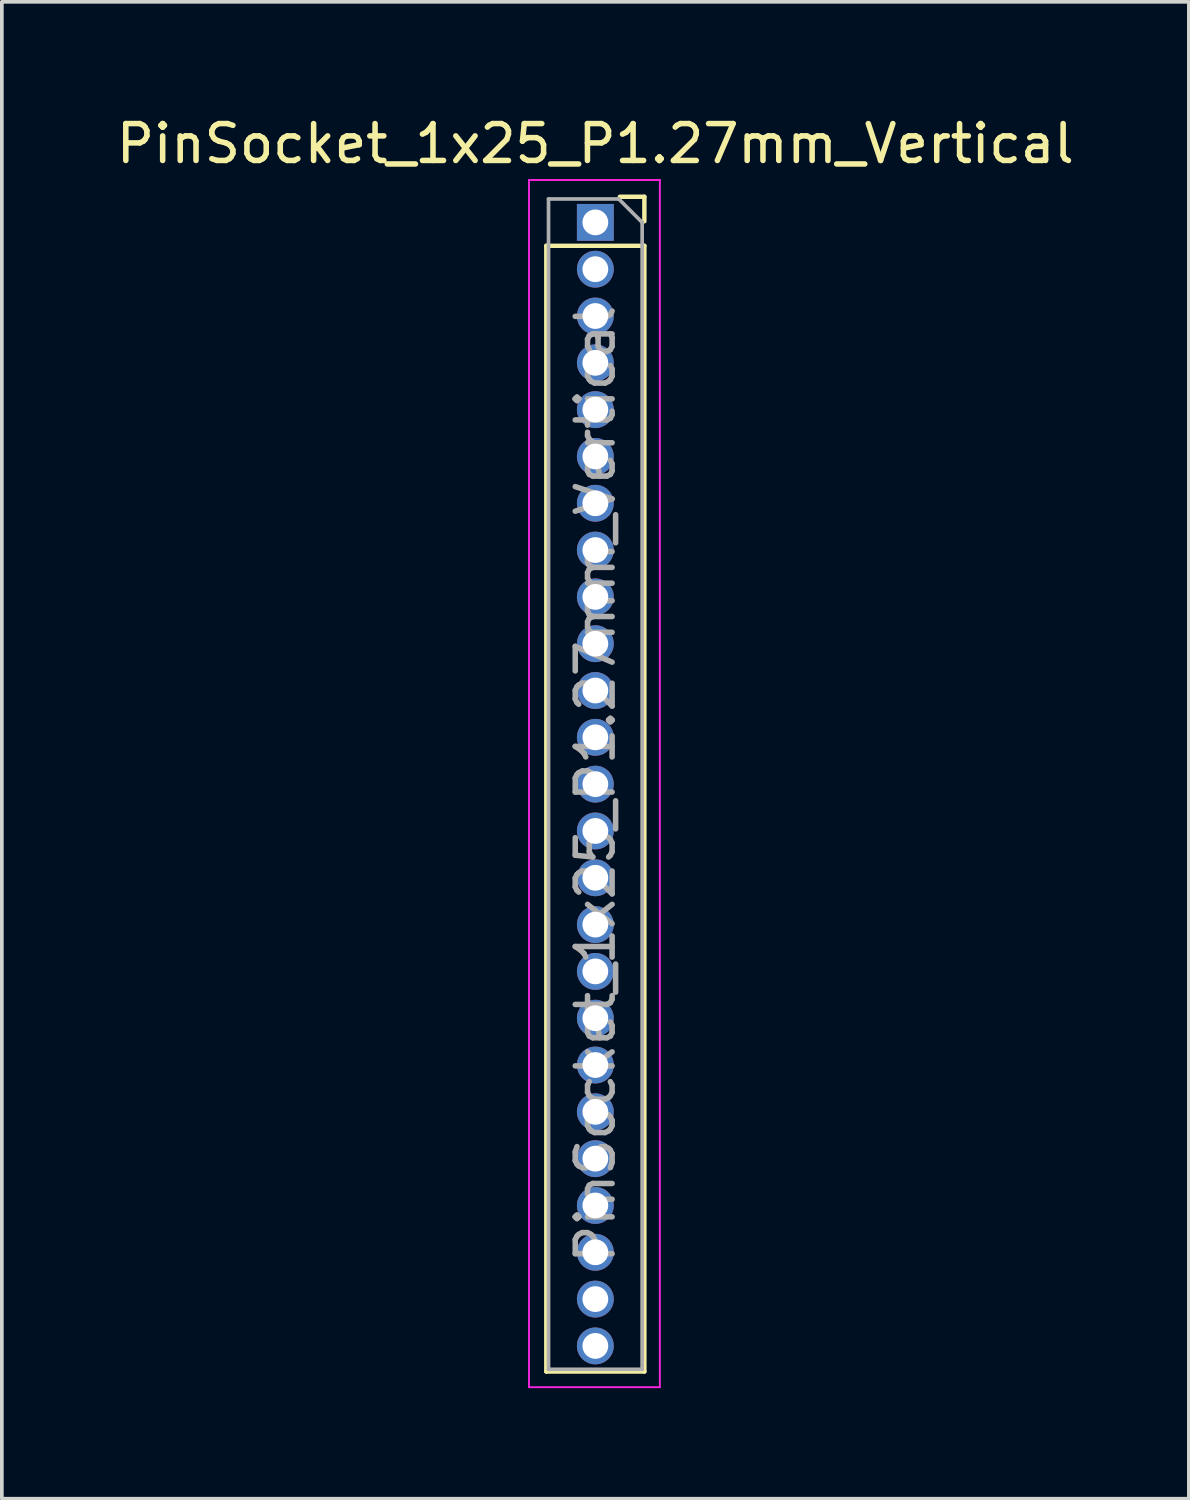
<source format=kicad_pcb>
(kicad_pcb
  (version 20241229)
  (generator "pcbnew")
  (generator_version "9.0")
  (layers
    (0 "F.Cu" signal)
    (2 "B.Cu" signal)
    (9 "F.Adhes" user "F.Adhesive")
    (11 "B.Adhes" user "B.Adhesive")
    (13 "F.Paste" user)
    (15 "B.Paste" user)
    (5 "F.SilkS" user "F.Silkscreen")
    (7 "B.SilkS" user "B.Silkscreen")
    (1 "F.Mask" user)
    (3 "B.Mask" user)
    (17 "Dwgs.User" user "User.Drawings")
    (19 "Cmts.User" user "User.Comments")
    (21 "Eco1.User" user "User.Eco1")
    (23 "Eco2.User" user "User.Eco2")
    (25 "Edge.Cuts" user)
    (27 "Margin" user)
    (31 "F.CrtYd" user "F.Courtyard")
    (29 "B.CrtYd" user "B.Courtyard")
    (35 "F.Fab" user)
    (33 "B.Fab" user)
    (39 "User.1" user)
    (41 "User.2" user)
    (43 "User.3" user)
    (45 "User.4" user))
  (footprint "PinSocket_1x25_P1.27mm_Vertical"
    (layer "F.Cu")
    (at 13.101 2.983)
    (property "Reference" "PinSocket_1x25_P1.27mm_Vertical" (at 0 -2.135 0) (layer "F.SilkS") (effects (font (size 1 1) (thickness 0.15))))
    (attr through_hole)
    (fp_line (start -1.33 0.635) (end -1.33 31.175) (stroke (width 0.12) (type solid)) (layer "F.SilkS"))
    (fp_line (start -1.33 31.175) (end 1.33 31.175) (stroke (width 0.12) (type solid)) (layer "F.SilkS"))
    (fp_line (start 1.33 -0.695) (end 0.665 -0.695) (stroke (width 0.12) (type solid)) (layer "F.SilkS"))
    (fp_line (start 1.33 -0.03) (end 1.33 -0.695) (stroke (width 0.12) (type solid)) (layer "F.SilkS"))
    (fp_line (start 1.33 0.635) (end -1.33 0.635) (stroke (width 0.12) (type solid)) (layer "F.SilkS"))
    (fp_line (start 1.33 31.175) (end 1.33 0.635) (stroke (width 0.12) (type solid)) (layer "F.SilkS"))
    (fp_line (start -1.8 -1.15) (end 1.75 -1.15) (stroke (width 0.05) (type solid)) (layer "F.CrtYd"))
    (fp_line (start -1.8 31.6) (end -1.8 -1.15) (stroke (width 0.05) (type solid)) (layer "F.CrtYd"))
    (fp_line (start 1.75 -1.15) (end 1.75 31.6) (stroke (width 0.05) (type solid)) (layer "F.CrtYd"))
    (fp_line (start 1.75 31.6) (end -1.8 31.6) (stroke (width 0.05) (type solid)) (layer "F.CrtYd"))
    (fp_line (start -1.27 -0.635) (end 0.635 -0.635) (stroke (width 0.1) (type solid)) (layer "F.Fab"))
    (fp_line (start -1.27 31.115) (end -1.27 -0.635) (stroke (width 0.1) (type solid)) (layer "F.Fab"))
    (fp_line (start 0.635 -0.635) (end 1.27 0) (stroke (width 0.1) (type solid)) (layer "F.Fab"))
    (fp_line (start 1.27 0) (end 1.27 31.115) (stroke (width 0.1) (type solid)) (layer "F.Fab"))
    (fp_line (start 1.27 31.115) (end -1.27 31.115) (stroke (width 0.1) (type solid)) (layer "F.Fab"))
    (fp_text user "${REFERENCE}" (at 0 15.24 90) (layer "F.Fab") (effects (font (size 1 1) (thickness 0.15))))
    (pad "1" thru_hole rect (at 0 0) (size 1 1) (drill 0.7) (layers "*.Cu" "*.Mask"))
    (pad "2" thru_hole oval (at 0 1.27) (size 1 1) (drill 0.7) (layers "*.Cu" "*.Mask"))
    (pad "3" thru_hole oval (at 0 2.54) (size 1 1) (drill 0.7) (layers "*.Cu" "*.Mask"))
    (pad "4" thru_hole oval (at 0 3.81) (size 1 1) (drill 0.7) (layers "*.Cu" "*.Mask"))
    (pad "5" thru_hole oval (at 0 5.08) (size 1 1) (drill 0.7) (layers "*.Cu" "*.Mask"))
    (pad "6" thru_hole oval (at 0 6.35) (size 1 1) (drill 0.7) (layers "*.Cu" "*.Mask"))
    (pad "7" thru_hole oval (at 0 7.62) (size 1 1) (drill 0.7) (layers "*.Cu" "*.Mask"))
    (pad "8" thru_hole oval (at 0 8.89) (size 1 1) (drill 0.7) (layers "*.Cu" "*.Mask"))
    (pad "9" thru_hole oval (at 0 10.16) (size 1 1) (drill 0.7) (layers "*.Cu" "*.Mask"))
    (pad "10" thru_hole oval (at 0 11.43) (size 1 1) (drill 0.7) (layers "*.Cu" "*.Mask"))
    (pad "11" thru_hole oval (at 0 12.7) (size 1 1) (drill 0.7) (layers "*.Cu" "*.Mask"))
    (pad "12" thru_hole oval (at 0 13.97) (size 1 1) (drill 0.7) (layers "*.Cu" "*.Mask"))
    (pad "13" thru_hole oval (at 0 15.24) (size 1 1) (drill 0.7) (layers "*.Cu" "*.Mask"))
    (pad "14" thru_hole oval (at 0 16.51) (size 1 1) (drill 0.7) (layers "*.Cu" "*.Mask"))
    (pad "15" thru_hole oval (at 0 17.78) (size 1 1) (drill 0.7) (layers "*.Cu" "*.Mask"))
    (pad "16" thru_hole oval (at 0 19.05) (size 1 1) (drill 0.7) (layers "*.Cu" "*.Mask"))
    (pad "17" thru_hole oval (at 0 20.32) (size 1 1) (drill 0.7) (layers "*.Cu" "*.Mask"))
    (pad "18" thru_hole oval (at 0 21.59) (size 1 1) (drill 0.7) (layers "*.Cu" "*.Mask"))
    (pad "19" thru_hole oval (at 0 22.86) (size 1 1) (drill 0.7) (layers "*.Cu" "*.Mask"))
    (pad "20" thru_hole oval (at 0 24.13) (size 1 1) (drill 0.7) (layers "*.Cu" "*.Mask"))
    (pad "21" thru_hole oval (at 0 25.4) (size 1 1) (drill 0.7) (layers "*.Cu" "*.Mask"))
    (pad "22" thru_hole oval (at 0 26.67) (size 1 1) (drill 0.7) (layers "*.Cu" "*.Mask"))
    (pad "23" thru_hole oval (at 0 27.94) (size 1 1) (drill 0.7) (layers "*.Cu" "*.Mask"))
    (pad "24" thru_hole oval (at 0 29.21) (size 1 1) (drill 0.7) (layers "*.Cu" "*.Mask"))
    (pad "25" thru_hole oval (at 0 30.48) (size 1 1) (drill 0.7) (layers "*.Cu" "*.Mask")))
  (gr_rect
    (start -3 -3)
    (end 29.202 37.608)
    (stroke (width 0.1) (type default))
    (fill no)
    (layer "Edge.Cuts")))
</source>
